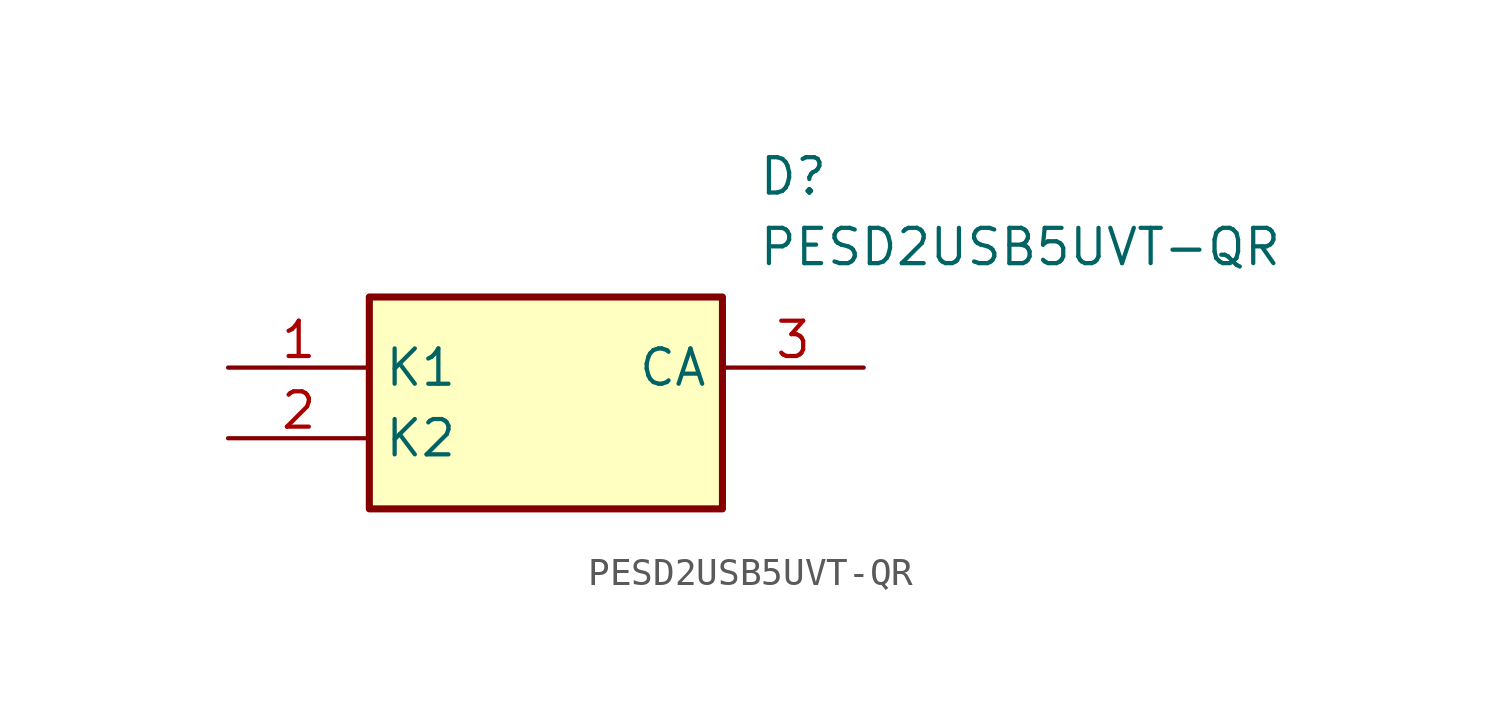
<source format=kicad_sym>
(kicad_symbol_lib
  (version 20211014)
  (generator SamacSys_ECAD_Model)
  (symbol "PESD2USB5UVT-QR"
    (property "Reference" "D"
      (at 19.05 7.62 0)
      (effects (font (size 1.27 1.27)) (justify left top)))
    (property "Value" "PESD2USB5UVT-QR"
      (at 19.05 5.08 0)
      (effects (font (size 1.27 1.27)) (justify left top)))
    (rectangle
      (start 5.08 2.54)
      (end 17.78 -5.08)
      (stroke (width 0.254) (type default))
      (fill (type background)))
    (pin passive line
      (at 0 0 0)
      (length 5.08)
      (name "K1" (effects (font (size 1.27 1.27))))
      (number "1" (effects (font (size 1.27 1.27)))))
    (pin passive line
      (at 0 -2.54 0)
      (length 5.08)
      (name "K2" (effects (font (size 1.27 1.27))))
      (number "2" (effects (font (size 1.27 1.27)))))
    (pin passive line
      (at 22.86 0 180)
      (length 5.08)
      (name "CA" (effects (font (size 1.27 1.27))))
      (number "3" (effects (font (size 1.27 1.27)))))))
</source>
